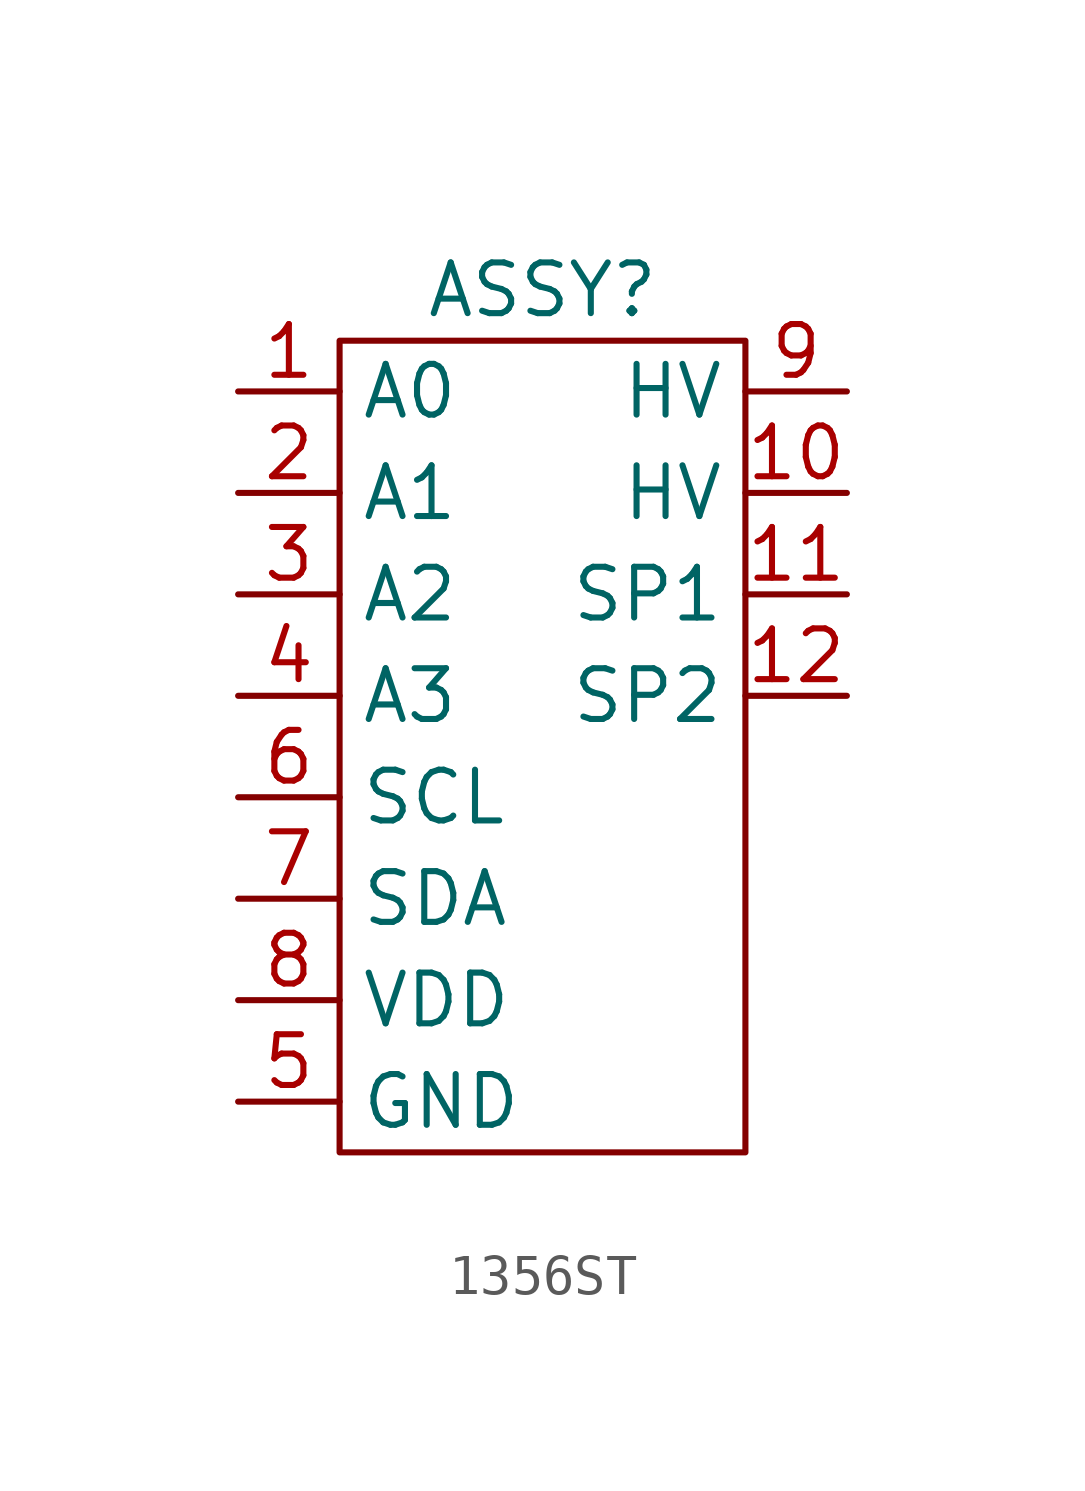
<source format=kicad_sym>
(kicad_symbol_lib
  (version 20220914)
  (generator kicad_symbol_editor)
  (symbol "1356ST"
    (property "Reference" "ASSY"
      (at 0 0 0)
      (effects (font (size 1.27 1.27))))
    (property "Value" ""
      (at 0 0 0)
      (effects (font (size 1.27 1.27))))
    (symbol "1356ST_0_1"
      (rectangle (start -5.08 -1.27) (end 5.08 -21.59) (stroke (width 0) (type default)) (fill (type none))))
    (symbol "1356ST_1_1"
      (pin bidirectional line (at -7.62 -2.54 0) (length 2.54) (name "A0" (effects (font (size 1.27 1.27)))) (number "1" (effects (font (size 1.27 1.27)))))
      (pin power_in line (at 7.62 -5.08 180) (length 2.54) (name "HV" (effects (font (size 1.27 1.27)))) (number "10" (effects (font (size 1.27 1.27)))))
      (pin power_in line (at 7.62 -7.62 180) (length 2.54) (name "SP1" (effects (font (size 1.27 1.27)))) (number "11" (effects (font (size 1.27 1.27)))))
      (pin power_in line (at 7.62 -10.16 180) (length 2.54) (name "SP2" (effects (font (size 1.27 1.27)))) (number "12" (effects (font (size 1.27 1.27)))))
      (pin bidirectional line (at -7.62 -5.08 0) (length 2.54) (name "A1" (effects (font (size 1.27 1.27)))) (number "2" (effects (font (size 1.27 1.27)))))
      (pin bidirectional line (at -7.62 -7.62 0) (length 2.54) (name "A2" (effects (font (size 1.27 1.27)))) (number "3" (effects (font (size 1.27 1.27)))))
      (pin bidirectional line (at -7.62 -10.16 0) (length 2.54) (name "A3" (effects (font (size 1.27 1.27)))) (number "4" (effects (font (size 1.27 1.27)))))
      (pin power_in line (at -7.62 -20.32 0) (length 2.54) (name "GND" (effects (font (size 1.27 1.27)))) (number "5" (effects (font (size 1.27 1.27)))))
      (pin bidirectional line (at -7.62 -12.7 0) (length 2.54) (name "SCL" (effects (font (size 1.27 1.27)))) (number "6" (effects (font (size 1.27 1.27)))))
      (pin bidirectional line (at -7.62 -15.24 0) (length 2.54) (name "SDA" (effects (font (size 1.27 1.27)))) (number "7" (effects (font (size 1.27 1.27)))))
      (pin power_in line (at -7.62 -17.78 0) (length 2.54) (name "VDD" (effects (font (size 1.27 1.27)))) (number "8" (effects (font (size 1.27 1.27)))))
      (pin power_in line (at 7.62 -2.54 180) (length 2.54) (name "HV" (effects (font (size 1.27 1.27)))) (number "9" (effects (font (size 1.27 1.27))))))))
</source>
